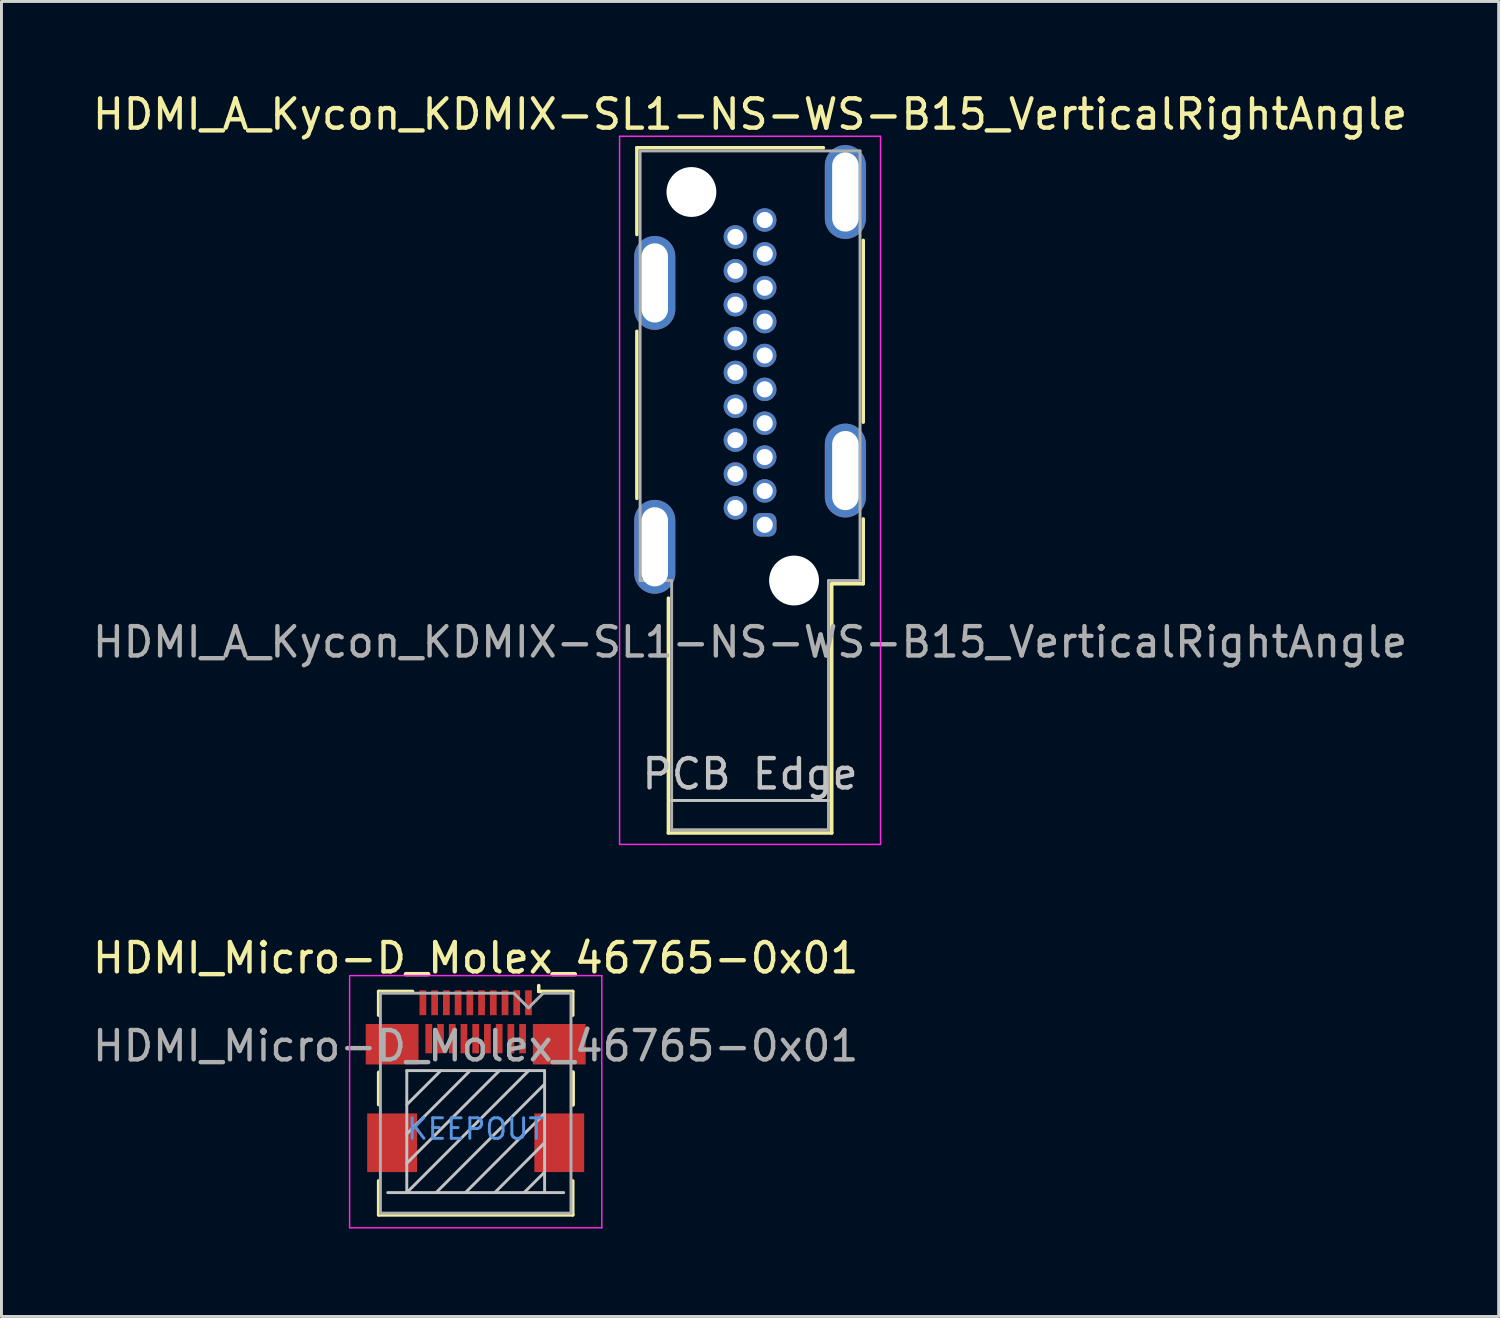
<source format=kicad_pcb>
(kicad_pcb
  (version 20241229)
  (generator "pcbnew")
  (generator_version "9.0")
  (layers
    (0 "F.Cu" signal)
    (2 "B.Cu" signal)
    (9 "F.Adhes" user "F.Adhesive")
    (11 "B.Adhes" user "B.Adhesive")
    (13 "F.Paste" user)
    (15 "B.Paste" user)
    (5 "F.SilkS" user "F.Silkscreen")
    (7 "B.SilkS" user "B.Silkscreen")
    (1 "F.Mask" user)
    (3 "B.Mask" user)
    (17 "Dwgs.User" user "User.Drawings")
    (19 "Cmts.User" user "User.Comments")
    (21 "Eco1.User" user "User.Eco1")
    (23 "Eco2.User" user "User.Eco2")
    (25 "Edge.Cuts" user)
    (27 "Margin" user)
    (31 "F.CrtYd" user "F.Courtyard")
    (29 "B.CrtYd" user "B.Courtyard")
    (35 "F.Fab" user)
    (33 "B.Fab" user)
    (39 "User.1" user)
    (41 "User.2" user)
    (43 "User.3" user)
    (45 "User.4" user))
  (footprint "HDMI_Micro-D_Molex_46765-0x01"
    (layer "F.Cu")
    (at 13.173 35.922)
    (property "Reference" "HDMI_Micro-D_Molex_46765-0x01" (at 0 -6.3 0) (layer "F.SilkS") (effects (font (size 1 1) (thickness 0.15))))
    (attr smd)
    (fp_line (start -3.31 -5.16) (end -2.15 -5.16) (stroke (width 0.12) (type solid)) (layer "F.SilkS"))
    (fp_line (start -3.31 -4.35) (end -3.31 -5.16) (stroke (width 0.12) (type solid)) (layer "F.SilkS"))
    (fp_line (start -3.31 -1.3) (end -3.31 -2.4) (stroke (width 0.12) (type solid)) (layer "F.SilkS"))
    (fp_line (start -3.31 2.46) (end -3.31 1.3) (stroke (width 0.12) (type solid)) (layer "F.SilkS"))
    (fp_line (start -3.31 2.46) (end 3.31 2.46) (stroke (width 0.12) (type solid)) (layer "F.SilkS"))
    (fp_line (start 2.15 -5.16) (end 2.15 -5.36) (stroke (width 0.12) (type solid)) (layer "F.SilkS"))
    (fp_line (start 2.15 -5.16) (end 3.31 -5.16) (stroke (width 0.12) (type solid)) (layer "F.SilkS"))
    (fp_line (start 3.31 -5.16) (end 3.31 -4.35) (stroke (width 0.12) (type solid)) (layer "F.SilkS"))
    (fp_line (start 3.31 -2.4) (end 3.31 -1.3) (stroke (width 0.15) (type solid)) (layer "F.SilkS"))
    (fp_line (start 3.31 1.3) (end 3.31 2.46) (stroke (width 0.12) (type solid)) (layer "F.SilkS"))
    (fp_line (start -3 1.7) (end 3 1.7) (stroke (width 0.1) (type solid)) (layer "Dwgs.User"))
    (fp_line (start -2.35 -2.46) (end 2.35 -2.46) (stroke (width 0.1) (type solid)) (layer "Dwgs.User"))
    (fp_line (start -2.35 -1.3) (end -1.19 -2.46) (stroke (width 0.1) (type solid)) (layer "Dwgs.User"))
    (fp_line (start -2.35 -0.3) (end -0.19 -2.46) (stroke (width 0.1) (type solid)) (layer "Dwgs.User"))
    (fp_line (start -2.35 0.7) (end 0.81 -2.46) (stroke (width 0.1) (type solid)) (layer "Dwgs.User"))
    (fp_line (start -2.35 1.7) (end -2.35 -2.46) (stroke (width 0.1) (type solid)) (layer "Dwgs.User"))
    (fp_line (start -2.35 1.7) (end 1.81 -2.46) (stroke (width 0.1) (type solid)) (layer "Dwgs.User"))
    (fp_line (start -1.35 1.7) (end 2.35 -2) (stroke (width 0.1) (type solid)) (layer "Dwgs.User"))
    (fp_line (start -0.35 1.7) (end 2.35 -1) (stroke (width 0.1) (type solid)) (layer "Dwgs.User"))
    (fp_line (start 0.65 1.7) (end 2.35 0) (stroke (width 0.1) (type solid)) (layer "Dwgs.User"))
    (fp_line (start 1.65 1.7) (end 2.35 1) (stroke (width 0.1) (type solid)) (layer "Dwgs.User"))
    (fp_line (start 2.35 -2.46) (end 2.35 1.7) (stroke (width 0.1) (type solid)) (layer "Dwgs.User"))
    (fp_line (start -4.3 -5.7) (end -4.3 2.9) (stroke (width 0.05) (type solid)) (layer "F.CrtYd"))
    (fp_line (start -4.3 2.9) (end 4.3 2.9) (stroke (width 0.05) (type solid)) (layer "F.CrtYd"))
    (fp_line (start 4.3 -5.7) (end -4.3 -5.7) (stroke (width 0.05) (type solid)) (layer "F.CrtYd"))
    (fp_line (start 4.3 2.9) (end 4.3 -5.7) (stroke (width 0.05) (type solid)) (layer "F.CrtYd"))
    (fp_line (start -3.25 -5.1) (end 1.3 -5.1) (stroke (width 0.1) (type solid)) (layer "F.Fab"))
    (fp_line (start -3.25 2.4) (end -3.25 -5.1) (stroke (width 0.1) (type solid)) (layer "F.Fab"))
    (fp_line (start 1.8 -4.6) (end 1.3 -5.1) (stroke (width 0.1) (type solid)) (layer "F.Fab"))
    (fp_line (start 1.8 -4.6) (end 2.3 -5.1) (stroke (width 0.1) (type solid)) (layer "F.Fab"))
    (fp_line (start 2.3 -5.1) (end 3.25 -5.1) (stroke (width 0.1) (type solid)) (layer "F.Fab"))
    (fp_line (start 3.25 -5.1) (end 3.25 2.4) (stroke (width 0.1) (type solid)) (layer "F.Fab"))
    (fp_line (start 3.25 2.4) (end -3.25 2.4) (stroke (width 0.1) (type solid)) (layer "F.Fab"))
    (fp_text user "KEEPOUT" (at 0 -0.47 0) (layer "Cmts.User") (effects (font (size 0.7 0.7) (thickness 0.1))))
    (fp_text user "${REFERENCE}" (at 0 -3.3 0) (layer "F.Fab") (effects (font (size 1 1) (thickness 0.15))))
    (pad "1" smd rect (at 1.8 -4.775) (size 0.23 0.85) (layers "F.Cu" "F.Mask" "F.Paste"))
    (pad "2" smd rect (at 1.6 -3.55) (size 0.23 1) (layers "F.Cu" "F.Mask" "F.Paste"))
    (pad "3" smd rect (at 1.4 -4.775) (size 0.23 0.85) (layers "F.Cu" "F.Mask" "F.Paste"))
    (pad "4" smd rect (at 1.2 -3.55) (size 0.23 1) (layers "F.Cu" "F.Mask" "F.Paste"))
    (pad "5" smd rect (at 1 -4.775) (size 0.23 0.85) (layers "F.Cu" "F.Mask" "F.Paste"))
    (pad "6" smd rect (at 0.8 -3.55) (size 0.23 1) (layers "F.Cu" "F.Mask" "F.Paste"))
    (pad "7" smd rect (at 0.6 -4.775) (size 0.23 0.85) (layers "F.Cu" "F.Mask" "F.Paste"))
    (pad "8" smd rect (at 0.4 -3.55) (size 0.23 1) (layers "F.Cu" "F.Mask" "F.Paste"))
    (pad "9" smd rect (at 0.2 -4.775) (size 0.23 0.85) (layers "F.Cu" "F.Mask" "F.Paste"))
    (pad "10" smd rect (at 0 -3.55) (size 0.23 1) (layers "F.Cu" "F.Mask" "F.Paste"))
    (pad "11" smd rect (at -0.2 -4.775) (size 0.23 0.85) (layers "F.Cu" "F.Mask" "F.Paste"))
    (pad "12" smd rect (at -0.4 -3.55) (size 0.23 1) (layers "F.Cu" "F.Mask" "F.Paste"))
    (pad "13" smd rect (at -0.6 -4.775) (size 0.23 0.85) (layers "F.Cu" "F.Mask" "F.Paste"))
    (pad "14" smd rect (at -0.8 -3.55) (size 0.23 1) (layers "F.Cu" "F.Mask" "F.Paste"))
    (pad "15" smd rect (at -1 -4.775) (size 0.23 0.85) (layers "F.Cu" "F.Mask" "F.Paste"))
    (pad "16" smd rect (at -1.2 -3.55) (size 0.23 1) (layers "F.Cu" "F.Mask" "F.Paste"))
    (pad "17" smd rect (at -1.4 -4.775) (size 0.23 0.85) (layers "F.Cu" "F.Mask" "F.Paste"))
    (pad "18" smd rect (at -1.6 -3.55) (size 0.23 1) (layers "F.Cu" "F.Mask" "F.Paste"))
    (pad "19" smd rect (at -1.8 -4.775) (size 0.23 0.85) (layers "F.Cu" "F.Mask" "F.Paste"))
    (pad "20" smd rect (at -2.85 -3.36) (size 1.8 1.38) (layers "F.Cu" "F.Mask" "F.Paste"))
    (pad "20" smd rect (at -2.85 0) (size 1.7 2) (layers "F.Cu" "F.Mask" "F.Paste"))
    (pad "20" smd rect (at 2.85 -3.36) (size 1.8 1.38) (layers "F.Cu" "F.Mask" "F.Paste"))
    (pad "20" smd rect (at 2.85 0) (size 1.7 2) (layers "F.Cu" "F.Mask" "F.Paste")))
  (footprint "HDMI_A_Kycon_KDMIX-SL1-NS-WS-B15_VerticalRightAngle"
    (layer "F.Cu")
    (at 23.03 14.848)
    (property "Reference" "HDMI_A_Kycon_KDMIX-SL1-NS-WS-B15_VerticalRightAngle" (at -0.5 -14 0) (layer "F.SilkS") (effects (font (size 1 1) (thickness 0.15))))
    (attr through_hole)
    (fp_line (start -4.36 -12.86) (end -4.36 -9.9) (stroke (width 0.12) (type solid)) (layer "F.SilkS"))
    (fp_line (start -4.36 -12.86) (end 2 -12.86) (stroke (width 0.12) (type solid)) (layer "F.SilkS"))
    (fp_line (start -4.36 -6.6) (end -4.36 -0.9) (stroke (width 0.12) (type solid)) (layer "F.SilkS"))
    (fp_line (start -3.285 10.51) (end -3.285 2.5) (stroke (width 0.12) (type solid)) (layer "F.SilkS"))
    (fp_line (start -3.285 10.51) (end 2.285 10.51) (stroke (width 0.12) (type solid)) (layer "F.SilkS"))
    (fp_line (start 2.285 2.01) (end 3.36 2.01) (stroke (width 0.12) (type solid)) (layer "F.SilkS"))
    (fp_line (start 2.285 10.51) (end 2.285 2.01) (stroke (width 0.12) (type solid)) (layer "F.SilkS"))
    (fp_line (start 3.36 -9.7) (end 3.36 -3.5) (stroke (width 0.12) (type solid)) (layer "F.SilkS"))
    (fp_line (start 3.36 2.01) (end 3.36 -0.2) (stroke (width 0.12) (type solid)) (layer "F.SilkS"))
    (fp_line (start -3.175 9.4) (end 2.175 9.4) (stroke (width 0.1) (type solid)) (layer "Dwgs.User"))
    (fp_line (start -4.95 -13.25) (end 3.95 -13.25) (stroke (width 0.05) (type solid)) (layer "F.CrtYd"))
    (fp_line (start -4.95 10.9) (end -4.95 -13.25) (stroke (width 0.05) (type solid)) (layer "F.CrtYd"))
    (fp_line (start -4.95 10.9) (end 3.95 10.9) (stroke (width 0.05) (type solid)) (layer "F.CrtYd"))
    (fp_line (start 3.95 -13.25) (end 3.95 10.9) (stroke (width 0.05) (type solid)) (layer "F.CrtYd"))
    (fp_line (start -4.25 -12.75) (end -4.25 1.9) (stroke (width 0.1) (type solid)) (layer "F.Fab"))
    (fp_line (start -4.25 -12.75) (end 3.25 -12.75) (stroke (width 0.1) (type solid)) (layer "F.Fab"))
    (fp_line (start -3.175 1.9) (end -4.25 1.9) (stroke (width 0.1) (type solid)) (layer "F.Fab"))
    (fp_line (start -3.175 1.9) (end -3.175 10.4) (stroke (width 0.1) (type solid)) (layer "F.Fab"))
    (fp_line (start -3.175 10.4) (end 2.175 10.4) (stroke (width 0.1) (type solid)) (layer "F.Fab"))
    (fp_line (start 2.175 1.9) (end 3.25 1.9) (stroke (width 0.1) (type solid)) (layer "F.Fab"))
    (fp_line (start 2.175 10.4) (end 2.175 1.9) (stroke (width 0.1) (type solid)) (layer "F.Fab"))
    (fp_line (start 3.25 1.9) (end 3.25 -12.75) (stroke (width 0.1) (type solid)) (layer "F.Fab"))
    (fp_text user "PCB Edge" (at -0.5 8.5 0) (layer "Dwgs.User") (effects (font (size 1 1) (thickness 0.15))))
    (fp_text user "${REFERENCE}" (at -0.5 4 0) (layer "F.Fab") (effects (font (size 1 1) (thickness 0.15))))
    (pad "" np_thru_hole circle (at -2.5 -11.35) (size 1.7 1.7) (drill 1.7) (layers "*.Cu" "*.Mask"))
    (pad "" np_thru_hole circle (at 1 1.9) (size 1.7 1.7) (drill 1.7) (layers "*.Cu" "*.Mask"))
    (pad "1" thru_hole roundrect (at 0 0) (size 0.8 0.8) (drill 0.55) (layers "*.Cu" "*.Mask") (roundrect_rratio 0.313))
    (pad "2" thru_hole circle (at -1 -0.578) (size 0.8 0.8) (drill 0.55) (layers "*.Cu" "*.Mask"))
    (pad "3" thru_hole circle (at 0 -1.155) (size 0.8 0.8) (drill 0.55) (layers "*.Cu" "*.Mask"))
    (pad "4" thru_hole circle (at -1 -1.732) (size 0.8 0.8) (drill 0.55) (layers "*.Cu" "*.Mask"))
    (pad "5" thru_hole circle (at 0 -2.31) (size 0.8 0.8) (drill 0.55) (layers "*.Cu" "*.Mask"))
    (pad "6" thru_hole circle (at -1 -2.888) (size 0.8 0.8) (drill 0.55) (layers "*.Cu" "*.Mask"))
    (pad "7" thru_hole circle (at 0 -3.465) (size 0.8 0.8) (drill 0.55) (layers "*.Cu" "*.Mask"))
    (pad "8" thru_hole circle (at -1 -4.043) (size 0.8 0.8) (drill 0.55) (layers "*.Cu" "*.Mask"))
    (pad "9" thru_hole circle (at 0 -4.62) (size 0.8 0.8) (drill 0.55) (layers "*.Cu" "*.Mask"))
    (pad "10" thru_hole circle (at -1 -5.197) (size 0.8 0.8) (drill 0.55) (layers "*.Cu" "*.Mask"))
    (pad "11" thru_hole circle (at 0 -5.775) (size 0.8 0.8) (drill 0.55) (layers "*.Cu" "*.Mask"))
    (pad "12" thru_hole circle (at -1 -6.353) (size 0.8 0.8) (drill 0.55) (layers "*.Cu" "*.Mask"))
    (pad "13" thru_hole circle (at 0 -6.93) (size 0.8 0.8) (drill 0.55) (layers "*.Cu" "*.Mask"))
    (pad "14" thru_hole circle (at -1 -7.508) (size 0.8 0.8) (drill 0.55) (layers "*.Cu" "*.Mask"))
    (pad "15" thru_hole circle (at 0 -8.085) (size 0.8 0.8) (drill 0.55) (layers "*.Cu" "*.Mask"))
    (pad "16" thru_hole circle (at -1 -8.662) (size 0.8 0.8) (drill 0.55) (layers "*.Cu" "*.Mask"))
    (pad "17" thru_hole circle (at 0 -9.24) (size 0.8 0.8) (drill 0.55) (layers "*.Cu" "*.Mask"))
    (pad "18" thru_hole circle (at -1 -9.818) (size 0.8 0.8) (drill 0.55) (layers "*.Cu" "*.Mask"))
    (pad "19" thru_hole circle (at 0 -10.395) (size 0.8 0.8) (drill 0.55) (layers "*.Cu" "*.Mask"))
    (pad "SH" thru_hole oval (at -3.75 -8.25) (size 1.4 3.2) (drill oval 0.9 2.7) (layers "*.Cu" "*.Mask"))
    (pad "SH" thru_hole oval (at -3.75 0.75) (size 1.4 3.2) (drill oval 0.9 2.7) (layers "*.Cu" "*.Mask"))
    (pad "SH" thru_hole oval (at 2.75 -11.35) (size 1.4 3.2) (drill oval 0.9 2.7) (layers "*.Cu" "*.Mask"))
    (pad "SH" thru_hole oval (at 2.75 -1.85) (size 1.4 3.2) (drill oval 0.9 2.7) (layers "*.Cu" "*.Mask")))
  (gr_rect
    (start -3 -3)
    (end 48.06 41.846)
    (stroke (width 0.1) (type default))
    (fill no)
    (layer "Edge.Cuts")))
</source>
